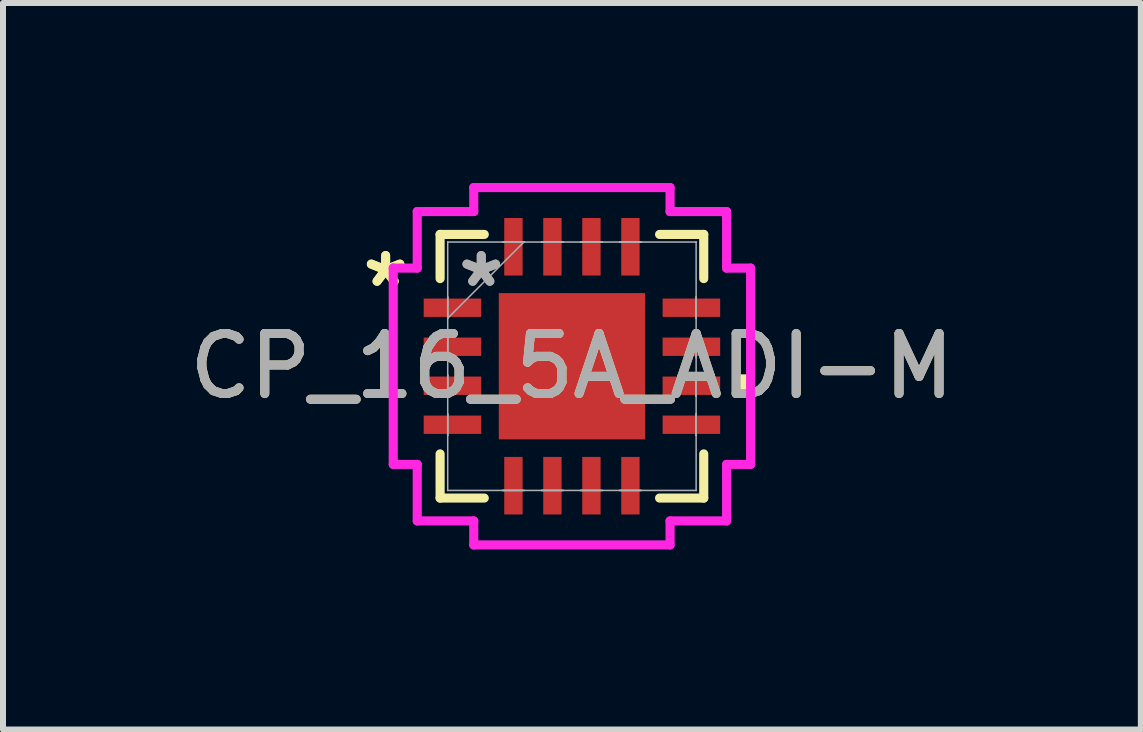
<source format=kicad_pcb>
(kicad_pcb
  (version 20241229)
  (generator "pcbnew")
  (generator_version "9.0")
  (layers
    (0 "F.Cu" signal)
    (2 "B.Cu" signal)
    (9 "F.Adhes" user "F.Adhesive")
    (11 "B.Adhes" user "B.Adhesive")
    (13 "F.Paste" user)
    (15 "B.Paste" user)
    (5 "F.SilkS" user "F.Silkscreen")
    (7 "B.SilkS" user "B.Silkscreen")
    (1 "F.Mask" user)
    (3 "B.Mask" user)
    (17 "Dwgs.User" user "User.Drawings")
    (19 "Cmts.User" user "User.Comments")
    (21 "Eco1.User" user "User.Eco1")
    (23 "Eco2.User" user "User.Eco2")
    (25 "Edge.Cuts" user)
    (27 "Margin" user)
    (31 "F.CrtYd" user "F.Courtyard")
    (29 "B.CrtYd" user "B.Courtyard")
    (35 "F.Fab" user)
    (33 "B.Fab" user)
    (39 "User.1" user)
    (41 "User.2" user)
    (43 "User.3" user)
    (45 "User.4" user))
  (footprint "CP_16_5A_ADI-M"
    (layer "F.Cu")
    (at 6.482 3.054)
    (property "Reference" "CP_16_5A_ADI-M" (at 0 0 0) (unlocked yes) (layer "F.SilkS") (effects (font (size 1 1) (thickness 0.15))))
    (attr smd)
    (fp_line (start -2.197 -2.197) (end -2.197 -1.461) (stroke (width 0.152) (type solid)) (layer "F.SilkS"))
    (fp_line (start -2.197 1.461) (end -2.197 2.197) (stroke (width 0.152) (type solid)) (layer "F.SilkS"))
    (fp_line (start -2.197 2.197) (end -1.461 2.197) (stroke (width 0.152) (type solid)) (layer "F.SilkS"))
    (fp_line (start -1.461 -2.197) (end -2.197 -2.197) (stroke (width 0.152) (type solid)) (layer "F.SilkS"))
    (fp_line (start 1.461 2.197) (end 2.197 2.197) (stroke (width 0.152) (type solid)) (layer "F.SilkS"))
    (fp_line (start 2.197 -2.197) (end 1.461 -2.197) (stroke (width 0.152) (type solid)) (layer "F.SilkS"))
    (fp_line (start 2.197 -1.461) (end 2.197 -2.197) (stroke (width 0.152) (type solid)) (layer "F.SilkS"))
    (fp_line (start 2.197 2.197) (end 2.197 1.461) (stroke (width 0.152) (type solid)) (layer "F.SilkS"))
    (fp_poly (pts (xy 2.978 0.135) (xy 2.978 0.516) (xy 2.724 0.516) (xy 2.724 0.135)) (stroke (width 0) (type solid)) (fill yes) (layer "F.SilkS"))
    (fp_line (start -2.978 -1.636) (end -2.578 -1.636) (stroke (width 0.152) (type solid)) (layer "F.CrtYd"))
    (fp_line (start -2.978 1.636) (end -2.978 -1.636) (stroke (width 0.152) (type solid)) (layer "F.CrtYd"))
    (fp_line (start -2.578 -2.578) (end -1.636 -2.578) (stroke (width 0.152) (type solid)) (layer "F.CrtYd"))
    (fp_line (start -2.578 -1.636) (end -2.578 -2.578) (stroke (width 0.152) (type solid)) (layer "F.CrtYd"))
    (fp_line (start -2.578 1.636) (end -2.978 1.636) (stroke (width 0.152) (type solid)) (layer "F.CrtYd"))
    (fp_line (start -2.578 2.578) (end -2.578 1.636) (stroke (width 0.152) (type solid)) (layer "F.CrtYd"))
    (fp_line (start -1.636 -2.978) (end 1.636 -2.978) (stroke (width 0.152) (type solid)) (layer "F.CrtYd"))
    (fp_line (start -1.636 -2.578) (end -1.636 -2.978) (stroke (width 0.152) (type solid)) (layer "F.CrtYd"))
    (fp_line (start -1.636 2.578) (end -2.578 2.578) (stroke (width 0.152) (type solid)) (layer "F.CrtYd"))
    (fp_line (start -1.636 2.978) (end -1.636 2.578) (stroke (width 0.152) (type solid)) (layer "F.CrtYd"))
    (fp_line (start 1.636 -2.978) (end 1.636 -2.578) (stroke (width 0.152) (type solid)) (layer "F.CrtYd"))
    (fp_line (start 1.636 -2.578) (end 2.578 -2.578) (stroke (width 0.152) (type solid)) (layer "F.CrtYd"))
    (fp_line (start 1.636 2.578) (end 1.636 2.978) (stroke (width 0.152) (type solid)) (layer "F.CrtYd"))
    (fp_line (start 1.636 2.978) (end -1.636 2.978) (stroke (width 0.152) (type solid)) (layer "F.CrtYd"))
    (fp_line (start 2.578 -2.578) (end 2.578 -1.636) (stroke (width 0.152) (type solid)) (layer "F.CrtYd"))
    (fp_line (start 2.578 -1.636) (end 2.978 -1.636) (stroke (width 0.152) (type solid)) (layer "F.CrtYd"))
    (fp_line (start 2.578 1.636) (end 2.578 2.578) (stroke (width 0.152) (type solid)) (layer "F.CrtYd"))
    (fp_line (start 2.578 2.578) (end 1.636 2.578) (stroke (width 0.152) (type solid)) (layer "F.CrtYd"))
    (fp_line (start 2.978 -1.636) (end 2.978 1.636) (stroke (width 0.152) (type solid)) (layer "F.CrtYd"))
    (fp_line (start 2.978 1.636) (end 2.578 1.636) (stroke (width 0.152) (type solid)) (layer "F.CrtYd"))
    (fp_line (start -2.07 -2.07) (end -2.07 -2.07) (stroke (width 0.025) (type solid)) (layer "F.Fab"))
    (fp_line (start -2.07 -2.07) (end -2.07 2.07) (stroke (width 0.025) (type solid)) (layer "F.Fab"))
    (fp_line (start -2.07 -1.153) (end -2.07 -1.153) (stroke (width 0.025) (type solid)) (layer "F.Fab"))
    (fp_line (start -2.07 -1.153) (end -2.07 -0.797) (stroke (width 0.025) (type solid)) (layer "F.Fab"))
    (fp_line (start -2.07 -0.8) (end -0.8 -2.07) (stroke (width 0.025) (type solid)) (layer "F.Fab"))
    (fp_line (start -2.07 -0.797) (end -2.07 -1.153) (stroke (width 0.025) (type solid)) (layer "F.Fab"))
    (fp_line (start -2.07 -0.797) (end -2.07 -0.797) (stroke (width 0.025) (type solid)) (layer "F.Fab"))
    (fp_line (start -2.07 -0.503) (end -2.07 -0.503) (stroke (width 0.025) (type solid)) (layer "F.Fab"))
    (fp_line (start -2.07 -0.503) (end -2.07 -0.147) (stroke (width 0.025) (type solid)) (layer "F.Fab"))
    (fp_line (start -2.07 -0.147) (end -2.07 -0.503) (stroke (width 0.025) (type solid)) (layer "F.Fab"))
    (fp_line (start -2.07 -0.147) (end -2.07 -0.147) (stroke (width 0.025) (type solid)) (layer "F.Fab"))
    (fp_line (start -2.07 0.147) (end -2.07 0.147) (stroke (width 0.025) (type solid)) (layer "F.Fab"))
    (fp_line (start -2.07 0.147) (end -2.07 0.503) (stroke (width 0.025) (type solid)) (layer "F.Fab"))
    (fp_line (start -2.07 0.503) (end -2.07 0.147) (stroke (width 0.025) (type solid)) (layer "F.Fab"))
    (fp_line (start -2.07 0.503) (end -2.07 0.503) (stroke (width 0.025) (type solid)) (layer "F.Fab"))
    (fp_line (start -2.07 0.797) (end -2.07 0.797) (stroke (width 0.025) (type solid)) (layer "F.Fab"))
    (fp_line (start -2.07 0.797) (end -2.07 1.153) (stroke (width 0.025) (type solid)) (layer "F.Fab"))
    (fp_line (start -2.07 1.153) (end -2.07 0.797) (stroke (width 0.025) (type solid)) (layer "F.Fab"))
    (fp_line (start -2.07 1.153) (end -2.07 1.153) (stroke (width 0.025) (type solid)) (layer "F.Fab"))
    (fp_line (start -2.07 2.07) (end -2.07 2.07) (stroke (width 0.025) (type solid)) (layer "F.Fab"))
    (fp_line (start -2.07 2.07) (end 2.07 2.07) (stroke (width 0.025) (type solid)) (layer "F.Fab"))
    (fp_line (start -1.153 -2.07) (end -1.153 -2.07) (stroke (width 0.025) (type solid)) (layer "F.Fab"))
    (fp_line (start -1.153 -2.07) (end -0.797 -2.07) (stroke (width 0.025) (type solid)) (layer "F.Fab"))
    (fp_line (start -1.153 2.07) (end -1.153 2.07) (stroke (width 0.025) (type solid)) (layer "F.Fab"))
    (fp_line (start -1.153 2.07) (end -0.797 2.07) (stroke (width 0.025) (type solid)) (layer "F.Fab"))
    (fp_line (start -0.797 -2.07) (end -1.153 -2.07) (stroke (width 0.025) (type solid)) (layer "F.Fab"))
    (fp_line (start -0.797 -2.07) (end -0.797 -2.07) (stroke (width 0.025) (type solid)) (layer "F.Fab"))
    (fp_line (start -0.797 2.07) (end -1.153 2.07) (stroke (width 0.025) (type solid)) (layer "F.Fab"))
    (fp_line (start -0.797 2.07) (end -0.797 2.07) (stroke (width 0.025) (type solid)) (layer "F.Fab"))
    (fp_line (start -0.503 -2.07) (end -0.503 -2.07) (stroke (width 0.025) (type solid)) (layer "F.Fab"))
    (fp_line (start -0.503 -2.07) (end -0.147 -2.07) (stroke (width 0.025) (type solid)) (layer "F.Fab"))
    (fp_line (start -0.503 2.07) (end -0.503 2.07) (stroke (width 0.025) (type solid)) (layer "F.Fab"))
    (fp_line (start -0.503 2.07) (end -0.147 2.07) (stroke (width 0.025) (type solid)) (layer "F.Fab"))
    (fp_line (start -0.147 -2.07) (end -0.503 -2.07) (stroke (width 0.025) (type solid)) (layer "F.Fab"))
    (fp_line (start -0.147 -2.07) (end -0.147 -2.07) (stroke (width 0.025) (type solid)) (layer "F.Fab"))
    (fp_line (start -0.147 2.07) (end -0.503 2.07) (stroke (width 0.025) (type solid)) (layer "F.Fab"))
    (fp_line (start -0.147 2.07) (end -0.147 2.07) (stroke (width 0.025) (type solid)) (layer "F.Fab"))
    (fp_line (start 0.147 -2.07) (end 0.147 -2.07) (stroke (width 0.025) (type solid)) (layer "F.Fab"))
    (fp_line (start 0.147 -2.07) (end 0.503 -2.07) (stroke (width 0.025) (type solid)) (layer "F.Fab"))
    (fp_line (start 0.147 2.07) (end 0.147 2.07) (stroke (width 0.025) (type solid)) (layer "F.Fab"))
    (fp_line (start 0.147 2.07) (end 0.503 2.07) (stroke (width 0.025) (type solid)) (layer "F.Fab"))
    (fp_line (start 0.503 -2.07) (end 0.147 -2.07) (stroke (width 0.025) (type solid)) (layer "F.Fab"))
    (fp_line (start 0.503 -2.07) (end 0.503 -2.07) (stroke (width 0.025) (type solid)) (layer "F.Fab"))
    (fp_line (start 0.503 2.07) (end 0.147 2.07) (stroke (width 0.025) (type solid)) (layer "F.Fab"))
    (fp_line (start 0.503 2.07) (end 0.503 2.07) (stroke (width 0.025) (type solid)) (layer "F.Fab"))
    (fp_line (start 0.797 -2.07) (end 0.797 -2.07) (stroke (width 0.025) (type solid)) (layer "F.Fab"))
    (fp_line (start 0.797 -2.07) (end 1.153 -2.07) (stroke (width 0.025) (type solid)) (layer "F.Fab"))
    (fp_line (start 0.797 2.07) (end 0.797 2.07) (stroke (width 0.025) (type solid)) (layer "F.Fab"))
    (fp_line (start 0.797 2.07) (end 1.153 2.07) (stroke (width 0.025) (type solid)) (layer "F.Fab"))
    (fp_line (start 1.153 -2.07) (end 0.797 -2.07) (stroke (width 0.025) (type solid)) (layer "F.Fab"))
    (fp_line (start 1.153 -2.07) (end 1.153 -2.07) (stroke (width 0.025) (type solid)) (layer "F.Fab"))
    (fp_line (start 1.153 2.07) (end 0.797 2.07) (stroke (width 0.025) (type solid)) (layer "F.Fab"))
    (fp_line (start 1.153 2.07) (end 1.153 2.07) (stroke (width 0.025) (type solid)) (layer "F.Fab"))
    (fp_line (start 2.07 -2.07) (end -2.07 -2.07) (stroke (width 0.025) (type solid)) (layer "F.Fab"))
    (fp_line (start 2.07 -2.07) (end 2.07 -2.07) (stroke (width 0.025) (type solid)) (layer "F.Fab"))
    (fp_line (start 2.07 -1.153) (end 2.07 -1.153) (stroke (width 0.025) (type solid)) (layer "F.Fab"))
    (fp_line (start 2.07 -1.153) (end 2.07 -0.797) (stroke (width 0.025) (type solid)) (layer "F.Fab"))
    (fp_line (start 2.07 -0.797) (end 2.07 -1.153) (stroke (width 0.025) (type solid)) (layer "F.Fab"))
    (fp_line (start 2.07 -0.797) (end 2.07 -0.797) (stroke (width 0.025) (type solid)) (layer "F.Fab"))
    (fp_line (start 2.07 -0.503) (end 2.07 -0.503) (stroke (width 0.025) (type solid)) (layer "F.Fab"))
    (fp_line (start 2.07 -0.503) (end 2.07 -0.147) (stroke (width 0.025) (type solid)) (layer "F.Fab"))
    (fp_line (start 2.07 -0.147) (end 2.07 -0.503) (stroke (width 0.025) (type solid)) (layer "F.Fab"))
    (fp_line (start 2.07 -0.147) (end 2.07 -0.147) (stroke (width 0.025) (type solid)) (layer "F.Fab"))
    (fp_line (start 2.07 0.147) (end 2.07 0.147) (stroke (width 0.025) (type solid)) (layer "F.Fab"))
    (fp_line (start 2.07 0.147) (end 2.07 0.503) (stroke (width 0.025) (type solid)) (layer "F.Fab"))
    (fp_line (start 2.07 0.503) (end 2.07 0.147) (stroke (width 0.025) (type solid)) (layer "F.Fab"))
    (fp_line (start 2.07 0.503) (end 2.07 0.503) (stroke (width 0.025) (type solid)) (layer "F.Fab"))
    (fp_line (start 2.07 0.797) (end 2.07 0.797) (stroke (width 0.025) (type solid)) (layer "F.Fab"))
    (fp_line (start 2.07 0.797) (end 2.07 1.153) (stroke (width 0.025) (type solid)) (layer "F.Fab"))
    (fp_line (start 2.07 1.153) (end 2.07 0.797) (stroke (width 0.025) (type solid)) (layer "F.Fab"))
    (fp_line (start 2.07 1.153) (end 2.07 1.153) (stroke (width 0.025) (type solid)) (layer "F.Fab"))
    (fp_line (start 2.07 2.07) (end 2.07 -2.07) (stroke (width 0.025) (type solid)) (layer "F.Fab"))
    (fp_line (start 2.07 2.07) (end 2.07 2.07) (stroke (width 0.025) (type solid)) (layer "F.Fab"))
    (fp_text user "*" (at -3.105 -1.3 0) (layer "F.SilkS") (effects (font (size 1 1) (thickness 0.15))))
    (fp_text user "*" (at -3.105 -1.3 0) (unlocked yes) (layer "F.SilkS") (effects (font (size 1 1) (thickness 0.15))))
    (fp_text user "*" (at -1.511 -1.3 0) (unlocked yes) (layer "F.Fab") (effects (font (size 1 1) (thickness 0.15))))
    (fp_text user "${REFERENCE}" (at 0 0 0) (unlocked yes) (layer "F.Fab") (effects (font (size 1 1) (thickness 0.15))))
    (fp_text user "*" (at -1.511 -1.3 0) (layer "F.Fab") (effects (font (size 1 1) (thickness 0.15))))
    (pad "1" smd rect (at -1.991 -0.975 90) (size 0.306 0.959) (layers "F.Cu" "F.Mask" "F.Paste"))
    (pad "2" smd rect (at -1.991 -0.325 90) (size 0.306 0.959) (layers "F.Cu" "F.Mask" "F.Paste"))
    (pad "3" smd rect (at -1.991 0.325 90) (size 0.306 0.959) (layers "F.Cu" "F.Mask" "F.Paste"))
    (pad "4" smd rect (at -1.991 0.975 90) (size 0.306 0.959) (layers "F.Cu" "F.Mask" "F.Paste"))
    (pad "5" smd rect (at -0.975 1.991) (size 0.306 0.959) (layers "F.Cu" "F.Mask" "F.Paste"))
    (pad "6" smd rect (at -0.325 1.991) (size 0.306 0.959) (layers "F.Cu" "F.Mask" "F.Paste"))
    (pad "7" smd rect (at 0.325 1.991) (size 0.306 0.959) (layers "F.Cu" "F.Mask" "F.Paste"))
    (pad "8" smd rect (at 0.975 1.991) (size 0.306 0.959) (layers "F.Cu" "F.Mask" "F.Paste"))
    (pad "9" smd rect (at 1.991 0.975 90) (size 0.306 0.959) (layers "F.Cu" "F.Mask" "F.Paste"))
    (pad "10" smd rect (at 1.991 0.325 90) (size 0.306 0.959) (layers "F.Cu" "F.Mask" "F.Paste"))
    (pad "11" smd rect (at 1.991 -0.325 90) (size 0.306 0.959) (layers "F.Cu" "F.Mask" "F.Paste"))
    (pad "12" smd rect (at 1.991 -0.975 90) (size 0.306 0.959) (layers "F.Cu" "F.Mask" "F.Paste"))
    (pad "13" smd rect (at 0.975 -1.991) (size 0.306 0.959) (layers "F.Cu" "F.Mask" "F.Paste"))
    (pad "14" smd rect (at 0.325 -1.991) (size 0.306 0.959) (layers "F.Cu" "F.Mask" "F.Paste"))
    (pad "15" smd rect (at -0.325 -1.991) (size 0.306 0.959) (layers "F.Cu" "F.Mask" "F.Paste"))
    (pad "16" smd rect (at -0.975 -1.991) (size 0.306 0.959) (layers "F.Cu" "F.Mask" "F.Paste"))
    (pad "17" smd rect (at 0 0) (size 2.438 2.438) (layers "F.Cu" "F.Mask" "F.Paste")))
  (gr_rect
    (start -3 -3)
    (end 15.964 9.109)
    (stroke (width 0.1) (type default))
    (fill no)
    (layer "Edge.Cuts")))
</source>
